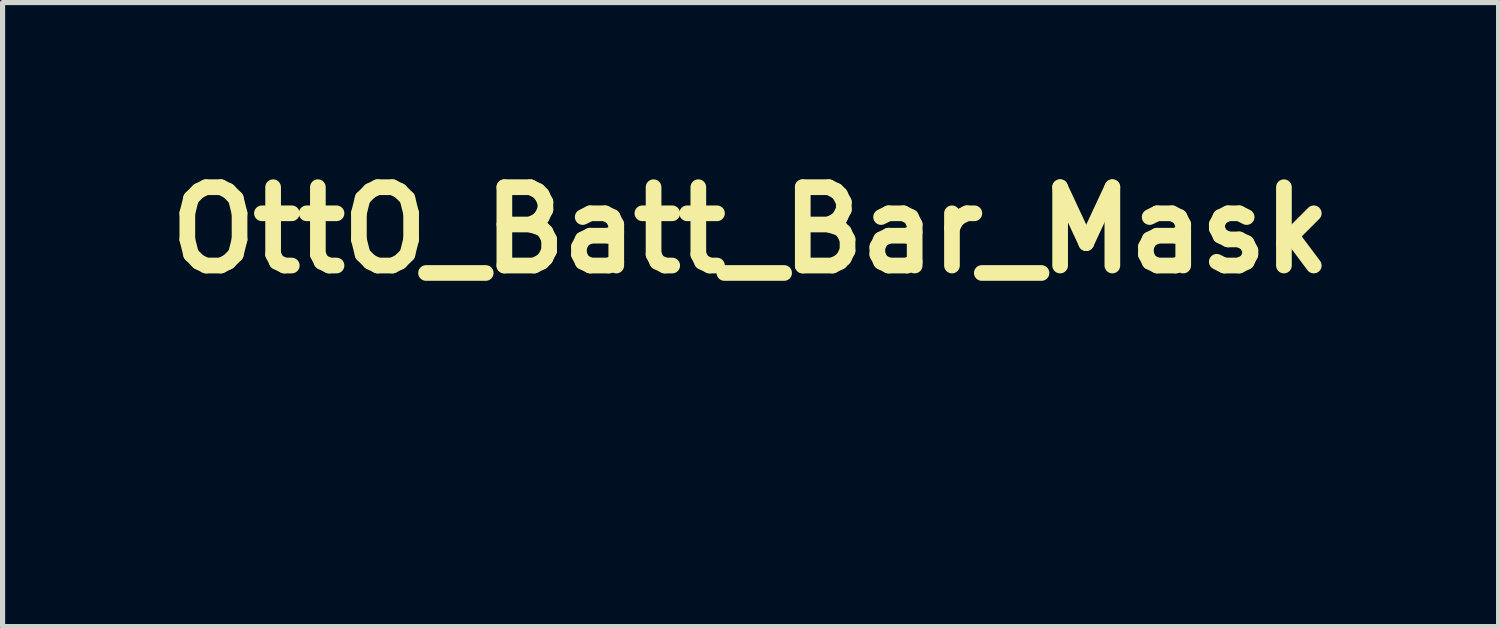
<source format=kicad_pcb>
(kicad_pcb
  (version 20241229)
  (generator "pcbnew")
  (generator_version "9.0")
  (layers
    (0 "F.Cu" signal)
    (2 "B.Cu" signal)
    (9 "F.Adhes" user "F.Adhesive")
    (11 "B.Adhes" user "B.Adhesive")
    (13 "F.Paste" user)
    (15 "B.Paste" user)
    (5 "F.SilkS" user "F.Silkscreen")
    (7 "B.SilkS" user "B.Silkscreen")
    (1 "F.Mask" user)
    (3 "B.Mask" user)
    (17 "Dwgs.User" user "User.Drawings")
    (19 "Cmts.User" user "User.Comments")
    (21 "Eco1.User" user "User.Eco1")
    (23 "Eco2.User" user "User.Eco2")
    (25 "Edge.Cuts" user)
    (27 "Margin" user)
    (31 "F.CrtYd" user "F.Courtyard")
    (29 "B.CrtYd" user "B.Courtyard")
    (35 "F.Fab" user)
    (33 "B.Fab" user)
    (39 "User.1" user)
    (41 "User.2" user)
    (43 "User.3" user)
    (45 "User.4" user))
  (footprint "OttO_Batt_Bar_Mask"
    (layer "F.Cu")
    (at 11.553 5.308)
    (property "Reference" "OttO_Batt_Bar_Mask" (at 0 -3.881 0) (layer "F.SilkS") (effects (font (size 1.524 1.524) (thickness 0.305))))
    (attr smd)
    (fp_poly (pts (xy -1.122 0.832) (xy -1.122 0.624) (xy -1.122 0.416) (xy -1.122 0.207) (xy -1.122 -0.001) (xy -1.122 -0.209) (xy -1.122 -0.417) (xy -1.122 -0.625) (xy -1.122 -0.833) (xy -0.88 -0.833) (xy -0.637 -0.833) (xy -0.395 -0.833) (xy -0.152 -0.833) (xy -0.152 -0.625) (xy -0.152 -0.417) (xy -0.152 -0.209) (xy -0.152 -0.001) (xy -0.152 0.207) (xy -0.152 0.416) (xy -0.152 0.624) (xy -0.152 0.832) (xy -0.395 0.832) (xy -0.637 0.832) (xy -0.88 0.832) (xy -1.122 0.832)) (stroke (width 0) (type solid)) (fill yes) (layer "F.Mask"))
    (fp_poly (pts (xy 0.152 0.833) (xy 0.152 0.625) (xy 0.152 0.417) (xy 0.152 0.209) (xy 0.152 0.001) (xy 0.152 -0.207) (xy 0.152 -0.416) (xy 0.152 -0.624) (xy 0.152 -0.832) (xy 0.395 -0.832) (xy 0.637 -0.832) (xy 0.88 -0.832) (xy 1.122 -0.832) (xy 1.122 -0.624) (xy 1.122 -0.416) (xy 1.122 -0.207) (xy 1.122 0.001) (xy 1.122 0.209) (xy 1.122 0.417) (xy 1.122 0.625) (xy 1.122 0.833) (xy 0.88 0.833) (xy 0.637 0.833) (xy 0.395 0.833) (xy 0.152 0.833)) (stroke (width 0) (type solid)) (fill yes) (layer "F.Mask")))
  (gr_rect
    (start -3 -3)
    (end 26.107 9.141)
    (stroke (width 0.1) (type default))
    (fill no)
    (layer "Edge.Cuts")))
</source>
